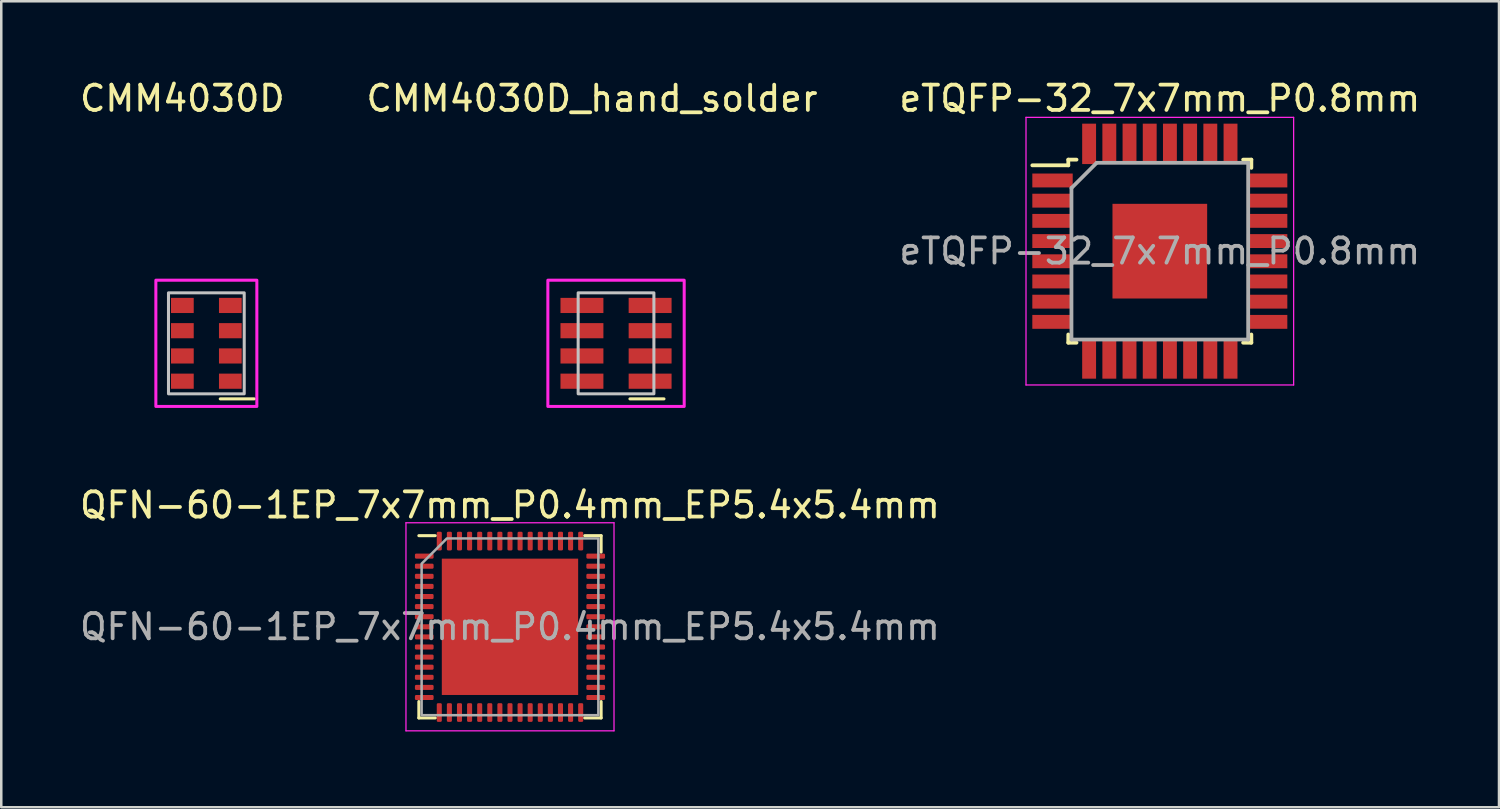
<source format=kicad_pcb>
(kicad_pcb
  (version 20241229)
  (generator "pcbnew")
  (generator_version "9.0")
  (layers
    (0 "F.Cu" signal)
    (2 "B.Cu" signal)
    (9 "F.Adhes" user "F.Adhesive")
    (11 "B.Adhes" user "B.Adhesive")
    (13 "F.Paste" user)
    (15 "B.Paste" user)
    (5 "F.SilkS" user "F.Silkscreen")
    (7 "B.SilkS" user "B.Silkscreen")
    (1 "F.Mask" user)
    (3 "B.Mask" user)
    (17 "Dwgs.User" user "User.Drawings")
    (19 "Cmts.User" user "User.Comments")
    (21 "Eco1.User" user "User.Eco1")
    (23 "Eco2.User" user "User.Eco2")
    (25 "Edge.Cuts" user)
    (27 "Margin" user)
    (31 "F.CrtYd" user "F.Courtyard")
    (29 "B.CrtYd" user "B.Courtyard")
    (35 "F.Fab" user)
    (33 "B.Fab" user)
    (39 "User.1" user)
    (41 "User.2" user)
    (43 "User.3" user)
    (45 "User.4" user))
  (footprint "QFN-60-1EP_7x7mm_P0.4mm_EP5.4x5.4mm"
    (layer "F.Cu")
    (at 17.149 21.776)
    (property "Reference" "QFN-60-1EP_7x7mm_P0.4mm_EP5.4x5.4mm" (at 0 -4.82 0) (layer "F.SilkS") (effects (font (size 1 1) (thickness 0.15))))
    (attr smd)
    (fp_line (start -3.61 3.61) (end -3.61 2.96) (stroke (width 0.12) (type solid)) (layer "F.SilkS"))
    (fp_line (start -2.96 -3.61) (end -3.61 -3.61) (stroke (width 0.12) (type solid)) (layer "F.SilkS"))
    (fp_line (start -2.96 3.61) (end -3.61 3.61) (stroke (width 0.12) (type solid)) (layer "F.SilkS"))
    (fp_line (start 2.96 -3.61) (end 3.61 -3.61) (stroke (width 0.12) (type solid)) (layer "F.SilkS"))
    (fp_line (start 2.96 3.61) (end 3.61 3.61) (stroke (width 0.12) (type solid)) (layer "F.SilkS"))
    (fp_line (start 3.61 -3.61) (end 3.61 -2.96) (stroke (width 0.12) (type solid)) (layer "F.SilkS"))
    (fp_line (start 3.61 3.61) (end 3.61 2.96) (stroke (width 0.12) (type solid)) (layer "F.SilkS"))
    (fp_line (start -4.12 -4.12) (end -4.12 4.12) (stroke (width 0.05) (type solid)) (layer "F.CrtYd"))
    (fp_line (start -4.12 4.12) (end 4.12 4.12) (stroke (width 0.05) (type solid)) (layer "F.CrtYd"))
    (fp_line (start 4.12 -4.12) (end -4.12 -4.12) (stroke (width 0.05) (type solid)) (layer "F.CrtYd"))
    (fp_line (start 4.12 4.12) (end 4.12 -4.12) (stroke (width 0.05) (type solid)) (layer "F.CrtYd"))
    (fp_poly (pts (xy 3.5 -3.5) (xy -2.5 -3.5) (xy -3.5 -2.5) (xy -3.5 3.5) (xy 3.5 3.5)) (stroke (width 0.1) (type solid)) (fill no) (layer "F.Fab"))
    (fp_text user "${REFERENCE}" (at 0 0 0) (layer "F.Fab") (effects (font (size 1 1) (thickness 0.15))))
    (pad "" smd roundrect (at -2.025 -2.025) (size 1.09 1.09) (layers "F.Paste") (roundrect_rratio 0.229))
    (pad "" smd roundrect (at -2.025 -0.675) (size 1.09 1.09) (layers "F.Paste") (roundrect_rratio 0.229))
    (pad "" smd roundrect (at -2.025 0.675) (size 1.09 1.09) (layers "F.Paste") (roundrect_rratio 0.229))
    (pad "" smd roundrect (at -2.025 2.025) (size 1.09 1.09) (layers "F.Paste") (roundrect_rratio 0.229))
    (pad "" smd roundrect (at -0.675 -2.025) (size 1.09 1.09) (layers "F.Paste") (roundrect_rratio 0.229))
    (pad "" smd roundrect (at -0.675 -0.675) (size 1.09 1.09) (layers "F.Paste") (roundrect_rratio 0.229))
    (pad "" smd roundrect (at -0.675 0.675) (size 1.09 1.09) (layers "F.Paste") (roundrect_rratio 0.229))
    (pad "" smd roundrect (at -0.675 2.025) (size 1.09 1.09) (layers "F.Paste") (roundrect_rratio 0.229))
    (pad "" smd roundrect (at 0.675 -2.025) (size 1.09 1.09) (layers "F.Paste") (roundrect_rratio 0.229))
    (pad "" smd roundrect (at 0.675 -0.675) (size 1.09 1.09) (layers "F.Paste") (roundrect_rratio 0.229))
    (pad "" smd roundrect (at 0.675 0.675) (size 1.09 1.09) (layers "F.Paste") (roundrect_rratio 0.229))
    (pad "" smd roundrect (at 0.675 2.025) (size 1.09 1.09) (layers "F.Paste") (roundrect_rratio 0.229))
    (pad "" smd roundrect (at 2.025 -2.025) (size 1.09 1.09) (layers "F.Paste") (roundrect_rratio 0.229))
    (pad "" smd roundrect (at 2.025 -0.675) (size 1.09 1.09) (layers "F.Paste") (roundrect_rratio 0.229))
    (pad "" smd roundrect (at 2.025 0.675) (size 1.09 1.09) (layers "F.Paste") (roundrect_rratio 0.229))
    (pad "" smd roundrect (at 2.025 2.025) (size 1.09 1.09) (layers "F.Paste") (roundrect_rratio 0.229))
    (pad "1" smd roundrect (at -3.395 -2.8) (size 0.74 0.2) (layers "F.Cu" "F.Mask" "F.Paste") (roundrect_rratio 0.25))
    (pad "2" smd roundrect (at -3.395 -2.4) (size 0.74 0.2) (layers "F.Cu" "F.Mask" "F.Paste") (roundrect_rratio 0.25))
    (pad "3" smd roundrect (at -3.395 -2) (size 0.74 0.2) (layers "F.Cu" "F.Mask" "F.Paste") (roundrect_rratio 0.25))
    (pad "4" smd roundrect (at -3.395 -1.6) (size 0.74 0.2) (layers "F.Cu" "F.Mask" "F.Paste") (roundrect_rratio 0.25))
    (pad "5" smd roundrect (at -3.395 -1.2) (size 0.74 0.2) (layers "F.Cu" "F.Mask" "F.Paste") (roundrect_rratio 0.25))
    (pad "6" smd roundrect (at -3.395 -0.8) (size 0.74 0.2) (layers "F.Cu" "F.Mask" "F.Paste") (roundrect_rratio 0.25))
    (pad "7" smd roundrect (at -3.395 -0.4) (size 0.74 0.2) (layers "F.Cu" "F.Mask" "F.Paste") (roundrect_rratio 0.25))
    (pad "8" smd roundrect (at -3.395 0) (size 0.74 0.2) (layers "F.Cu" "F.Mask" "F.Paste") (roundrect_rratio 0.25))
    (pad "9" smd roundrect (at -3.395 0.4) (size 0.74 0.2) (layers "F.Cu" "F.Mask" "F.Paste") (roundrect_rratio 0.25))
    (pad "10" smd roundrect (at -3.395 0.8) (size 0.74 0.2) (layers "F.Cu" "F.Mask" "F.Paste") (roundrect_rratio 0.25))
    (pad "11" smd roundrect (at -3.395 1.2) (size 0.74 0.2) (layers "F.Cu" "F.Mask" "F.Paste") (roundrect_rratio 0.25))
    (pad "12" smd roundrect (at -3.395 1.6) (size 0.74 0.2) (layers "F.Cu" "F.Mask" "F.Paste") (roundrect_rratio 0.25))
    (pad "13" smd roundrect (at -3.395 2) (size 0.74 0.2) (layers "F.Cu" "F.Mask" "F.Paste") (roundrect_rratio 0.25))
    (pad "14" smd roundrect (at -3.395 2.4) (size 0.74 0.2) (layers "F.Cu" "F.Mask" "F.Paste") (roundrect_rratio 0.25))
    (pad "15" smd roundrect (at -3.395 2.8) (size 0.74 0.2) (layers "F.Cu" "F.Mask" "F.Paste") (roundrect_rratio 0.25))
    (pad "16" smd roundrect (at -2.8 3.395) (size 0.2 0.74) (layers "F.Cu" "F.Mask" "F.Paste") (roundrect_rratio 0.25))
    (pad "17" smd roundrect (at -2.4 3.395) (size 0.2 0.74) (layers "F.Cu" "F.Mask" "F.Paste") (roundrect_rratio 0.25))
    (pad "18" smd roundrect (at -2 3.395) (size 0.2 0.74) (layers "F.Cu" "F.Mask" "F.Paste") (roundrect_rratio 0.25))
    (pad "19" smd roundrect (at -1.6 3.395) (size 0.2 0.74) (layers "F.Cu" "F.Mask" "F.Paste") (roundrect_rratio 0.25))
    (pad "20" smd roundrect (at -1.2 3.395) (size 0.2 0.74) (layers "F.Cu" "F.Mask" "F.Paste") (roundrect_rratio 0.25))
    (pad "21" smd roundrect (at -0.8 3.395) (size 0.2 0.74) (layers "F.Cu" "F.Mask" "F.Paste") (roundrect_rratio 0.25))
    (pad "22" smd roundrect (at -0.4 3.395) (size 0.2 0.74) (layers "F.Cu" "F.Mask" "F.Paste") (roundrect_rratio 0.25))
    (pad "23" smd roundrect (at 0 3.395) (size 0.2 0.74) (layers "F.Cu" "F.Mask" "F.Paste") (roundrect_rratio 0.25))
    (pad "24" smd roundrect (at 0.4 3.395) (size 0.2 0.74) (layers "F.Cu" "F.Mask" "F.Paste") (roundrect_rratio 0.25))
    (pad "25" smd roundrect (at 0.8 3.395) (size 0.2 0.74) (layers "F.Cu" "F.Mask" "F.Paste") (roundrect_rratio 0.25))
    (pad "26" smd roundrect (at 1.2 3.395) (size 0.2 0.74) (layers "F.Cu" "F.Mask" "F.Paste") (roundrect_rratio 0.25))
    (pad "27" smd roundrect (at 1.6 3.395) (size 0.2 0.74) (layers "F.Cu" "F.Mask" "F.Paste") (roundrect_rratio 0.25))
    (pad "28" smd roundrect (at 2 3.395) (size 0.2 0.74) (layers "F.Cu" "F.Mask" "F.Paste") (roundrect_rratio 0.25))
    (pad "29" smd roundrect (at 2.4 3.395) (size 0.2 0.74) (layers "F.Cu" "F.Mask" "F.Paste") (roundrect_rratio 0.25))
    (pad "30" smd roundrect (at 2.8 3.395) (size 0.2 0.74) (layers "F.Cu" "F.Mask" "F.Paste") (roundrect_rratio 0.25))
    (pad "31" smd roundrect (at 3.395 2.8) (size 0.74 0.2) (layers "F.Cu" "F.Mask" "F.Paste") (roundrect_rratio 0.25))
    (pad "32" smd roundrect (at 3.395 2.4) (size 0.74 0.2) (layers "F.Cu" "F.Mask" "F.Paste") (roundrect_rratio 0.25))
    (pad "33" smd roundrect (at 3.395 2) (size 0.74 0.2) (layers "F.Cu" "F.Mask" "F.Paste") (roundrect_rratio 0.25))
    (pad "34" smd roundrect (at 3.395 1.6) (size 0.74 0.2) (layers "F.Cu" "F.Mask" "F.Paste") (roundrect_rratio 0.25))
    (pad "35" smd roundrect (at 3.395 1.2) (size 0.74 0.2) (layers "F.Cu" "F.Mask" "F.Paste") (roundrect_rratio 0.25))
    (pad "36" smd roundrect (at 3.395 0.8) (size 0.74 0.2) (layers "F.Cu" "F.Mask" "F.Paste") (roundrect_rratio 0.25))
    (pad "37" smd roundrect (at 3.395 0.4) (size 0.74 0.2) (layers "F.Cu" "F.Mask" "F.Paste") (roundrect_rratio 0.25))
    (pad "38" smd roundrect (at 3.395 0) (size 0.74 0.2) (layers "F.Cu" "F.Mask" "F.Paste") (roundrect_rratio 0.25))
    (pad "39" smd roundrect (at 3.395 -0.4) (size 0.74 0.2) (layers "F.Cu" "F.Mask" "F.Paste") (roundrect_rratio 0.25))
    (pad "40" smd roundrect (at 3.395 -0.8) (size 0.74 0.2) (layers "F.Cu" "F.Mask" "F.Paste") (roundrect_rratio 0.25))
    (pad "41" smd roundrect (at 3.395 -1.2) (size 0.74 0.2) (layers "F.Cu" "F.Mask" "F.Paste") (roundrect_rratio 0.25))
    (pad "42" smd roundrect (at 3.395 -1.6) (size 0.74 0.2) (layers "F.Cu" "F.Mask" "F.Paste") (roundrect_rratio 0.25))
    (pad "43" smd roundrect (at 3.395 -2) (size 0.74 0.2) (layers "F.Cu" "F.Mask" "F.Paste") (roundrect_rratio 0.25))
    (pad "44" smd roundrect (at 3.395 -2.4) (size 0.74 0.2) (layers "F.Cu" "F.Mask" "F.Paste") (roundrect_rratio 0.25))
    (pad "45" smd roundrect (at 3.395 -2.8) (size 0.74 0.2) (layers "F.Cu" "F.Mask" "F.Paste") (roundrect_rratio 0.25))
    (pad "46" smd roundrect (at 2.8 -3.395) (size 0.2 0.74) (layers "F.Cu" "F.Mask" "F.Paste") (roundrect_rratio 0.25))
    (pad "47" smd roundrect (at 2.4 -3.395) (size 0.2 0.74) (layers "F.Cu" "F.Mask" "F.Paste") (roundrect_rratio 0.25))
    (pad "48" smd roundrect (at 2 -3.395) (size 0.2 0.74) (layers "F.Cu" "F.Mask" "F.Paste") (roundrect_rratio 0.25))
    (pad "49" smd roundrect (at 1.6 -3.395) (size 0.2 0.74) (layers "F.Cu" "F.Mask" "F.Paste") (roundrect_rratio 0.25))
    (pad "50" smd roundrect (at 1.2 -3.395) (size 0.2 0.74) (layers "F.Cu" "F.Mask" "F.Paste") (roundrect_rratio 0.25))
    (pad "51" smd roundrect (at 0.8 -3.395) (size 0.2 0.74) (layers "F.Cu" "F.Mask" "F.Paste") (roundrect_rratio 0.25))
    (pad "52" smd roundrect (at 0.4 -3.395) (size 0.2 0.74) (layers "F.Cu" "F.Mask" "F.Paste") (roundrect_rratio 0.25))
    (pad "53" smd roundrect (at 0 -3.395) (size 0.2 0.74) (layers "F.Cu" "F.Mask" "F.Paste") (roundrect_rratio 0.25))
    (pad "54" smd roundrect (at -0.4 -3.395) (size 0.2 0.74) (layers "F.Cu" "F.Mask" "F.Paste") (roundrect_rratio 0.25))
    (pad "55" smd roundrect (at -0.8 -3.395) (size 0.2 0.74) (layers "F.Cu" "F.Mask" "F.Paste") (roundrect_rratio 0.25))
    (pad "56" smd roundrect (at -1.2 -3.395) (size 0.2 0.74) (layers "F.Cu" "F.Mask" "F.Paste") (roundrect_rratio 0.25))
    (pad "57" smd roundrect (at -1.6 -3.395) (size 0.2 0.74) (layers "F.Cu" "F.Mask" "F.Paste") (roundrect_rratio 0.25))
    (pad "58" smd roundrect (at -2 -3.395) (size 0.2 0.74) (layers "F.Cu" "F.Mask" "F.Paste") (roundrect_rratio 0.25))
    (pad "59" smd roundrect (at -2.4 -3.395) (size 0.2 0.74) (layers "F.Cu" "F.Mask" "F.Paste") (roundrect_rratio 0.25))
    (pad "60" smd roundrect (at -2.8 -3.395) (size 0.2 0.74) (layers "F.Cu" "F.Mask" "F.Paste") (roundrect_rratio 0.25))
    (pad "61" smd rect (at 0 0) (size 5.4 5.4) (layers "F.Cu" "F.Mask")))
  (footprint "CMM4030D"
    (layer "F.Cu")
    (at 5.123 10.548)
    (property "Reference" "CMM4030D" (at -0.95 -9.7 0) (unlocked yes) (layer "F.SilkS") (effects (font (size 1 1) (thickness 0.15))))
    (attr smd)
    (fp_line (start 0.55 2.2) (end 1.9 2.2) (stroke (width 0.12) (type solid)) (layer "F.SilkS"))
    (fp_rect (start 1.5 2) (end -1.5 -2) (stroke (width 0.12) (type solid)) (fill no) (layer "Dwgs.User"))
    (fp_rect (start -2 2.5) (end 2 -2.5) (stroke (width 0.12) (type solid)) (fill no) (layer "F.CrtYd"))
    (pad "1" smd rect (at 0.95 1.5) (size 0.9 0.6) (layers "F.Cu" "F.Mask" "F.Paste"))
    (pad "2" smd rect (at 0.95 0.5) (size 0.9 0.6) (layers "F.Cu" "F.Mask" "F.Paste"))
    (pad "3" smd rect (at 0.95 -0.5) (size 0.9 0.6) (layers "F.Cu" "F.Mask" "F.Paste"))
    (pad "4" smd rect (at 0.95 -1.5) (size 0.9 0.6) (layers "F.Cu" "F.Mask" "F.Paste"))
    (pad "5" smd rect (at -0.95 -1.5) (size 0.9 0.6) (layers "F.Cu" "F.Mask" "F.Paste"))
    (pad "6" smd rect (at -0.95 -0.5) (size 0.9 0.6) (layers "F.Cu" "F.Mask" "F.Paste"))
    (pad "7" smd rect (at -0.95 0.5) (size 0.9 0.6) (layers "F.Cu" "F.Mask" "F.Paste"))
    (pad "8" smd rect (at -0.95 1.5) (size 0.9 0.6) (layers "F.Cu" "F.Mask" "F.Paste")))
  (footprint "eTQFP-32_7x7mm_P0.8mm"
    (layer "F.Cu")
    (at 42.887 6.898)
    (property "Reference" "eTQFP-32_7x7mm_P0.8mm" (at 0 -6.05 0) (layer "F.SilkS") (effects (font (size 1 1) (thickness 0.15))))
    (attr smd)
    (fp_line (start -3.625 -3.625) (end -3.625 -3.4) (stroke (width 0.15) (type solid)) (layer "F.SilkS"))
    (fp_line (start -3.625 -3.625) (end -3.3 -3.625) (stroke (width 0.15) (type solid)) (layer "F.SilkS"))
    (fp_line (start -3.625 -3.4) (end -5.05 -3.4) (stroke (width 0.15) (type solid)) (layer "F.SilkS"))
    (fp_line (start -3.625 3.625) (end -3.625 3.3) (stroke (width 0.15) (type solid)) (layer "F.SilkS"))
    (fp_line (start -3.625 3.625) (end -3.3 3.625) (stroke (width 0.15) (type solid)) (layer "F.SilkS"))
    (fp_line (start 3.625 -3.625) (end 3.3 -3.625) (stroke (width 0.15) (type solid)) (layer "F.SilkS"))
    (fp_line (start 3.625 -3.625) (end 3.625 -3.3) (stroke (width 0.15) (type solid)) (layer "F.SilkS"))
    (fp_line (start 3.625 3.625) (end 3.3 3.625) (stroke (width 0.15) (type solid)) (layer "F.SilkS"))
    (fp_line (start 3.625 3.625) (end 3.625 3.3) (stroke (width 0.15) (type solid)) (layer "F.SilkS"))
    (fp_line (start -5.3 -5.3) (end -5.3 5.3) (stroke (width 0.05) (type solid)) (layer "F.CrtYd"))
    (fp_line (start -5.3 -5.3) (end 5.3 -5.3) (stroke (width 0.05) (type solid)) (layer "F.CrtYd"))
    (fp_line (start -5.3 5.3) (end 5.3 5.3) (stroke (width 0.05) (type solid)) (layer "F.CrtYd"))
    (fp_line (start 5.3 -5.3) (end 5.3 5.3) (stroke (width 0.05) (type solid)) (layer "F.CrtYd"))
    (fp_line (start -3.5 -2.5) (end -2.5 -3.5) (stroke (width 0.15) (type solid)) (layer "F.Fab"))
    (fp_line (start -3.5 3.5) (end -3.5 -2.5) (stroke (width 0.15) (type solid)) (layer "F.Fab"))
    (fp_line (start -2.5 -3.5) (end 3.5 -3.5) (stroke (width 0.15) (type solid)) (layer "F.Fab"))
    (fp_line (start 3.5 -3.5) (end 3.5 3.5) (stroke (width 0.15) (type solid)) (layer "F.Fab"))
    (fp_line (start 3.5 3.5) (end -3.5 3.5) (stroke (width 0.15) (type solid)) (layer "F.Fab"))
    (fp_text user "${REFERENCE}" (at 0 0 0) (layer "F.Fab") (effects (font (size 1 1) (thickness 0.15))))
    (pad "1" smd rect (at -4.25 -2.8) (size 1.6 0.55) (layers "F.Cu" "F.Mask" "F.Paste"))
    (pad "2" smd rect (at -4.25 -2) (size 1.6 0.55) (layers "F.Cu" "F.Mask" "F.Paste"))
    (pad "3" smd rect (at -4.25 -1.2) (size 1.6 0.55) (layers "F.Cu" "F.Mask" "F.Paste"))
    (pad "4" smd rect (at -4.25 -0.4) (size 1.6 0.55) (layers "F.Cu" "F.Mask" "F.Paste"))
    (pad "5" smd rect (at -4.25 0.4) (size 1.6 0.55) (layers "F.Cu" "F.Mask" "F.Paste"))
    (pad "6" smd rect (at -4.25 1.2) (size 1.6 0.55) (layers "F.Cu" "F.Mask" "F.Paste"))
    (pad "7" smd rect (at -4.25 2) (size 1.6 0.55) (layers "F.Cu" "F.Mask" "F.Paste"))
    (pad "8" smd rect (at -4.25 2.8) (size 1.6 0.55) (layers "F.Cu" "F.Mask" "F.Paste"))
    (pad "9" smd rect (at -2.8 4.25 90) (size 1.6 0.55) (layers "F.Cu" "F.Mask" "F.Paste"))
    (pad "10" smd rect (at -2 4.25 90) (size 1.6 0.55) (layers "F.Cu" "F.Mask" "F.Paste"))
    (pad "11" smd rect (at -1.2 4.25 90) (size 1.6 0.55) (layers "F.Cu" "F.Mask" "F.Paste"))
    (pad "12" smd rect (at -0.4 4.25 90) (size 1.6 0.55) (layers "F.Cu" "F.Mask" "F.Paste"))
    (pad "13" smd rect (at 0.4 4.25 90) (size 1.6 0.55) (layers "F.Cu" "F.Mask" "F.Paste"))
    (pad "14" smd rect (at 1.2 4.25 90) (size 1.6 0.55) (layers "F.Cu" "F.Mask" "F.Paste"))
    (pad "15" smd rect (at 2 4.25 90) (size 1.6 0.55) (layers "F.Cu" "F.Mask" "F.Paste"))
    (pad "16" smd rect (at 2.8 4.25 90) (size 1.6 0.55) (layers "F.Cu" "F.Mask" "F.Paste"))
    (pad "17" smd rect (at 4.25 2.8) (size 1.6 0.55) (layers "F.Cu" "F.Mask" "F.Paste"))
    (pad "18" smd rect (at 4.25 2) (size 1.6 0.55) (layers "F.Cu" "F.Mask" "F.Paste"))
    (pad "19" smd rect (at 4.25 1.2) (size 1.6 0.55) (layers "F.Cu" "F.Mask" "F.Paste"))
    (pad "20" smd rect (at 4.25 0.4) (size 1.6 0.55) (layers "F.Cu" "F.Mask" "F.Paste"))
    (pad "21" smd rect (at 4.25 -0.4) (size 1.6 0.55) (layers "F.Cu" "F.Mask" "F.Paste"))
    (pad "22" smd rect (at 4.25 -1.2) (size 1.6 0.55) (layers "F.Cu" "F.Mask" "F.Paste"))
    (pad "23" smd rect (at 4.25 -2) (size 1.6 0.55) (layers "F.Cu" "F.Mask" "F.Paste"))
    (pad "24" smd rect (at 4.25 -2.8) (size 1.6 0.55) (layers "F.Cu" "F.Mask" "F.Paste"))
    (pad "25" smd rect (at 2.8 -4.25 90) (size 1.6 0.55) (layers "F.Cu" "F.Mask" "F.Paste"))
    (pad "26" smd rect (at 2 -4.25 90) (size 1.6 0.55) (layers "F.Cu" "F.Mask" "F.Paste"))
    (pad "27" smd rect (at 1.2 -4.25 90) (size 1.6 0.55) (layers "F.Cu" "F.Mask" "F.Paste"))
    (pad "28" smd rect (at 0.4 -4.25 90) (size 1.6 0.55) (layers "F.Cu" "F.Mask" "F.Paste"))
    (pad "29" smd rect (at -0.4 -4.25 90) (size 1.6 0.55) (layers "F.Cu" "F.Mask" "F.Paste"))
    (pad "30" smd rect (at -1.2 -4.25 90) (size 1.6 0.55) (layers "F.Cu" "F.Mask" "F.Paste"))
    (pad "31" smd rect (at -2 -4.25 90) (size 1.6 0.55) (layers "F.Cu" "F.Mask" "F.Paste"))
    (pad "32" smd rect (at -2.8 -4.25 90) (size 1.6 0.55) (layers "F.Cu" "F.Mask" "F.Paste"))
    (pad "33" smd rect (at 0 0) (size 3.75 3.75) (layers "F.Cu" "F.Mask" "F.Paste")))
  (footprint "CMM4030D_hand_solder"
    (layer "F.Cu")
    (at 21.349 10.548)
    (property "Reference" "CMM4030D_hand_solder" (at -0.95 -9.7 0) (unlocked yes) (layer "F.SilkS") (effects (font (size 1 1) (thickness 0.15))))
    (attr smd)
    (fp_line (start 0.55 2.2) (end 1.9 2.2) (stroke (width 0.12) (type solid)) (layer "F.SilkS"))
    (fp_rect (start 1.5 2) (end -1.5 -2) (stroke (width 0.12) (type solid)) (fill no) (layer "Dwgs.User"))
    (fp_rect (start -2.7 2.5) (end 2.7 -2.5) (stroke (width 0.12) (type solid)) (fill no) (layer "F.CrtYd"))
    (pad "1" smd rect (at 1.35 1.5) (size 1.7 0.6) (layers "F.Cu" "F.Mask" "F.Paste"))
    (pad "2" smd rect (at 1.35 0.5) (size 1.7 0.6) (layers "F.Cu" "F.Mask" "F.Paste"))
    (pad "3" smd rect (at 1.35 -0.5) (size 1.7 0.6) (layers "F.Cu" "F.Mask" "F.Paste"))
    (pad "4" smd rect (at 1.35 -1.5) (size 1.7 0.6) (layers "F.Cu" "F.Mask" "F.Paste"))
    (pad "5" smd rect (at -1.35 -1.5) (size 1.7 0.6) (layers "F.Cu" "F.Mask" "F.Paste"))
    (pad "6" smd rect (at -1.35 -0.5) (size 1.7 0.6) (layers "F.Cu" "F.Mask" "F.Paste"))
    (pad "7" smd rect (at -1.35 0.5) (size 1.7 0.6) (layers "F.Cu" "F.Mask" "F.Paste"))
    (pad "8" smd rect (at -1.35 1.5) (size 1.7 0.6) (layers "F.Cu" "F.Mask" "F.Paste")))
  (gr_rect
    (start -3 -3)
    (end 56.321 28.922)
    (stroke (width 0.1) (type default))
    (fill no)
    (layer "Edge.Cuts")))
</source>
